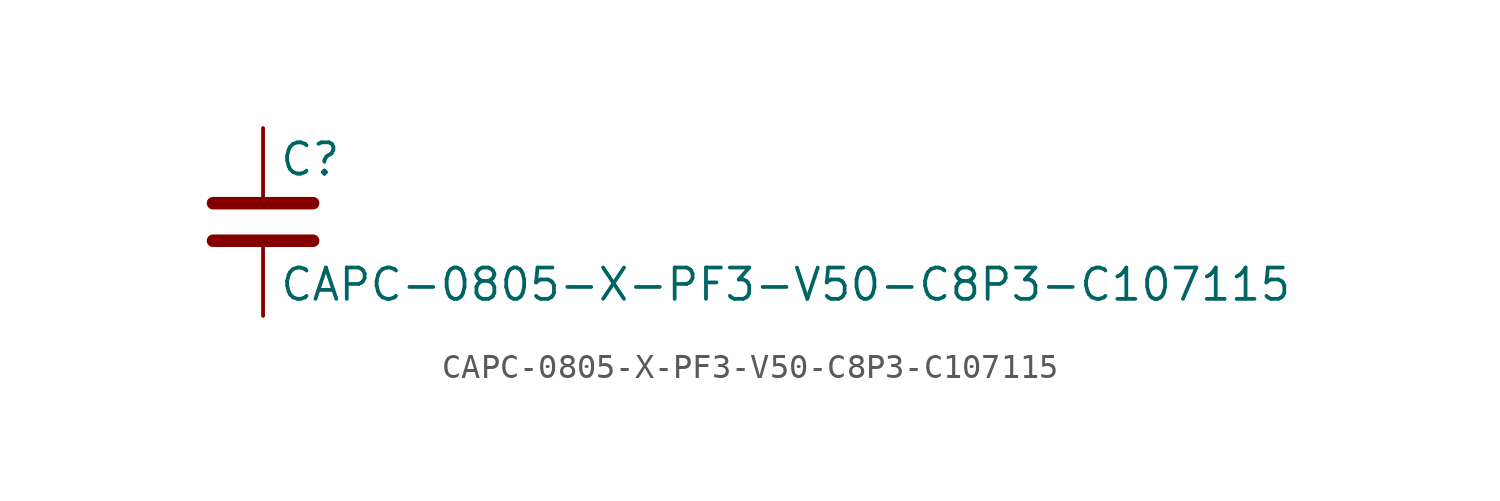
<source format=kicad_sym>
(kicad_symbol_lib
  (version 20211014)
  (generator kicad_symbol_editor)
  (symbol "CAPC-0805-X-PF3-V50-C8P3-C107115"
    (pin_numbers hide)
    (pin_names
      (offset 0.254))
    (property "Reference" "C"
      (at 0.635 2.54 0)
      (effects (font (size 1.27 1.27)) (justify left)))
    (property "Value" "CAPC-0805-X-PF3-V50-C8P3-C107115"
      (at 0.635 -2.54 0)
      (effects (font (size 1.27 1.27)) (justify left)))
    (symbol "CAPC-0805-X-PF3-V50-C8P3-C107115_0_1"
      (polyline (pts (xy -2.032 -0.762) (xy 2.032 -0.762)) (stroke (width 0.508) (type default) (color 0 0 0 0)) (fill (type none)))
      (polyline (pts (xy -2.032 0.762) (xy 2.032 0.762)) (stroke (width 0.508) (type default) (color 0 0 0 0)) (fill (type none))))
    (symbol "CAPC-0805-X-PF3-V50-C8P3-C107115_1_1"
      (pin passive line (at 0 3.81 270) (length 2.794) (name "~" (effects (font (size 1.27 1.27)))) (number "1" (effects (font (size 1.27 1.27)))))
      (pin passive line (at 0 -3.81 90) (length 2.794) (name "~" (effects (font (size 1.27 1.27)))) (number "2" (effects (font (size 1.27 1.27))))))))
</source>
